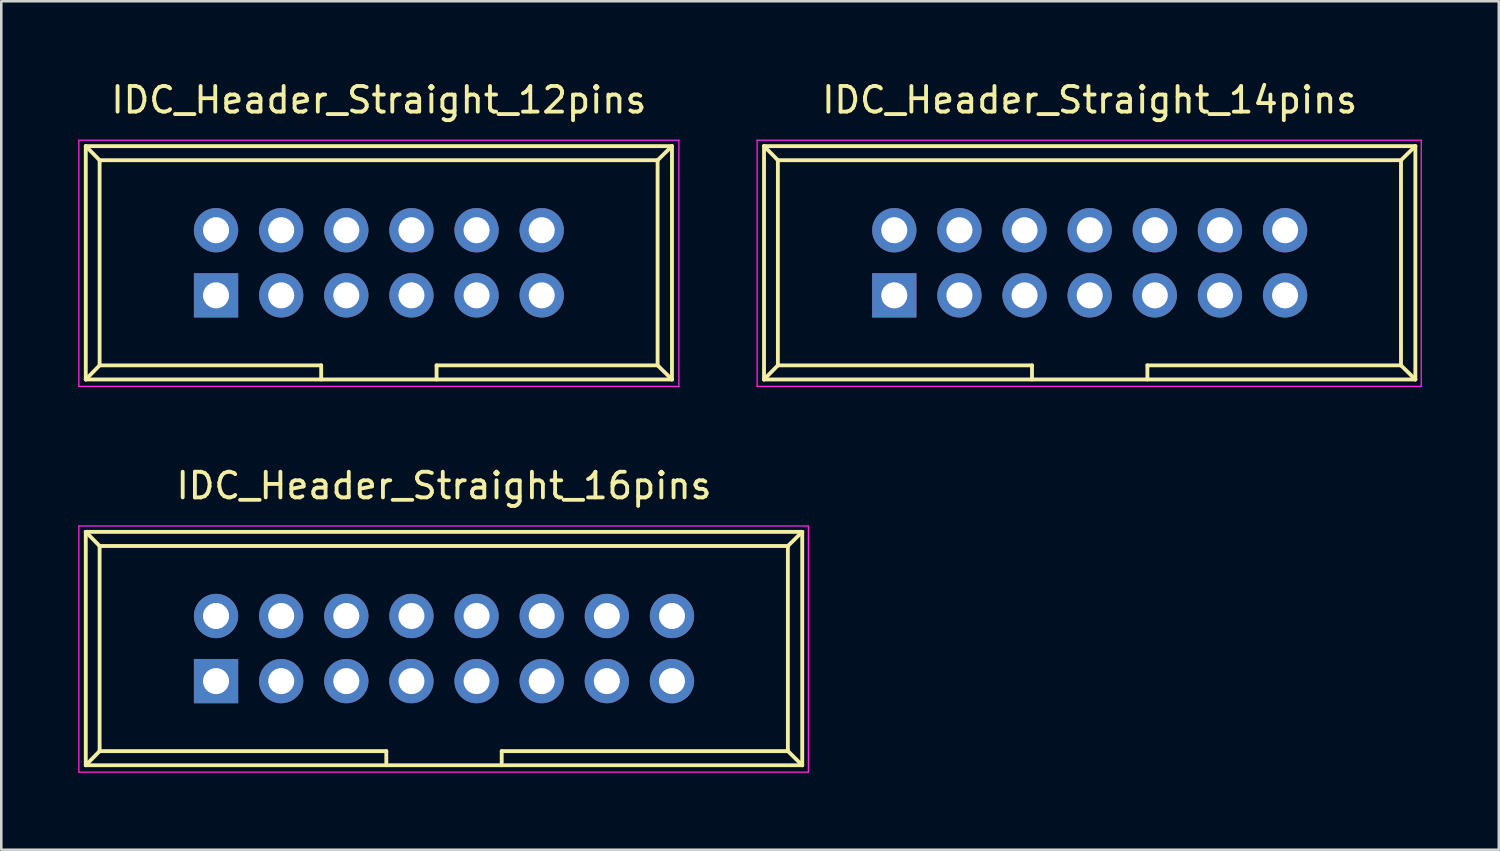
<source format=kicad_pcb>
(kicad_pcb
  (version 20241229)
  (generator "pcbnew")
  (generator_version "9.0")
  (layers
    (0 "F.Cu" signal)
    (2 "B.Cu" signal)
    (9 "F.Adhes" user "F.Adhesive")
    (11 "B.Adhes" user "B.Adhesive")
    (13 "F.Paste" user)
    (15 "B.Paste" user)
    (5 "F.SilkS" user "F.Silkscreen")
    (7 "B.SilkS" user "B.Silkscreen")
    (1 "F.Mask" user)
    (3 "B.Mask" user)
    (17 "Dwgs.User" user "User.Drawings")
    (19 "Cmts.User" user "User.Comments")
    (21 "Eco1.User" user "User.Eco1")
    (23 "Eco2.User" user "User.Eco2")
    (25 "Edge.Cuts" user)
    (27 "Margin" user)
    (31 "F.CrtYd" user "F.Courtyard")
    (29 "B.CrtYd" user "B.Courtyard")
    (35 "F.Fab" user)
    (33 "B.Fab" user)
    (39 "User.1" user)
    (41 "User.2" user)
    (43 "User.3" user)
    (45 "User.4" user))
  (footprint "IDC_Header_Straight_14pins"
    (layer "F.Cu")
    (at 31.825 8.468)
    (property "Reference" "IDC_Header_Straight_14pins" (at 7.62 -7.62 0) (layer "F.SilkS") (effects (font (size 1 1) (thickness 0.15))))
    (attr through_hole)
    (fp_line (start -5.08 -5.82) (end -5.08 3.28) (stroke (width 0.15) (type solid)) (layer "F.SilkS"))
    (fp_line (start -5.08 -5.82) (end -4.54 -5.27) (stroke (width 0.15) (type solid)) (layer "F.SilkS"))
    (fp_line (start -5.08 -5.82) (end 20.32 -5.82) (stroke (width 0.15) (type solid)) (layer "F.SilkS"))
    (fp_line (start -5.08 3.28) (end -4.54 2.73) (stroke (width 0.15) (type solid)) (layer "F.SilkS"))
    (fp_line (start -5.08 3.28) (end 20.32 3.28) (stroke (width 0.15) (type solid)) (layer "F.SilkS"))
    (fp_line (start -4.54 -5.27) (end -4.54 2.73) (stroke (width 0.15) (type solid)) (layer "F.SilkS"))
    (fp_line (start -4.54 -5.27) (end 19.76 -5.27) (stroke (width 0.15) (type solid)) (layer "F.SilkS"))
    (fp_line (start -4.54 2.73) (end 5.37 2.73) (stroke (width 0.15) (type solid)) (layer "F.SilkS"))
    (fp_line (start 5.37 2.73) (end 5.37 3.28) (stroke (width 0.15) (type solid)) (layer "F.SilkS"))
    (fp_line (start 9.87 2.73) (end 9.87 3.28) (stroke (width 0.15) (type solid)) (layer "F.SilkS"))
    (fp_line (start 9.87 2.73) (end 19.76 2.73) (stroke (width 0.15) (type solid)) (layer "F.SilkS"))
    (fp_line (start 19.76 -5.27) (end 19.76 2.73) (stroke (width 0.15) (type solid)) (layer "F.SilkS"))
    (fp_line (start 20.32 -5.82) (end 19.76 -5.27) (stroke (width 0.15) (type solid)) (layer "F.SilkS"))
    (fp_line (start 20.32 -5.82) (end 20.32 3.28) (stroke (width 0.15) (type solid)) (layer "F.SilkS"))
    (fp_line (start 20.32 3.28) (end 19.76 2.73) (stroke (width 0.15) (type solid)) (layer "F.SilkS"))
    (fp_line (start -5.35 -6.05) (end 20.55 -6.05) (stroke (width 0.05) (type solid)) (layer "F.CrtYd"))
    (fp_line (start -5.35 3.55) (end -5.35 -6.05) (stroke (width 0.05) (type solid)) (layer "F.CrtYd"))
    (fp_line (start 20.55 -6.05) (end 20.55 3.55) (stroke (width 0.05) (type solid)) (layer "F.CrtYd"))
    (fp_line (start 20.55 3.55) (end -5.35 3.55) (stroke (width 0.05) (type solid)) (layer "F.CrtYd"))
    (pad "1" thru_hole rect (at 0 0) (size 1.727 1.727) (drill 1.016) (layers "*.Cu" "*.Mask"))
    (pad "2" thru_hole oval (at 0 -2.54) (size 1.727 1.727) (drill 1.016) (layers "*.Cu" "*.Mask"))
    (pad "3" thru_hole oval (at 2.54 0) (size 1.727 1.727) (drill 1.016) (layers "*.Cu" "*.Mask"))
    (pad "4" thru_hole oval (at 2.54 -2.54) (size 1.727 1.727) (drill 1.016) (layers "*.Cu" "*.Mask"))
    (pad "5" thru_hole oval (at 5.08 0) (size 1.727 1.727) (drill 1.016) (layers "*.Cu" "*.Mask"))
    (pad "6" thru_hole oval (at 5.08 -2.54) (size 1.727 1.727) (drill 1.016) (layers "*.Cu" "*.Mask"))
    (pad "7" thru_hole oval (at 7.62 0) (size 1.727 1.727) (drill 1.016) (layers "*.Cu" "*.Mask"))
    (pad "8" thru_hole oval (at 7.62 -2.54) (size 1.727 1.727) (drill 1.016) (layers "*.Cu" "*.Mask"))
    (pad "9" thru_hole oval (at 10.16 0) (size 1.727 1.727) (drill 1.016) (layers "*.Cu" "*.Mask"))
    (pad "10" thru_hole oval (at 10.16 -2.54) (size 1.727 1.727) (drill 1.016) (layers "*.Cu" "*.Mask"))
    (pad "11" thru_hole oval (at 12.7 0) (size 1.727 1.727) (drill 1.016) (layers "*.Cu" "*.Mask"))
    (pad "12" thru_hole oval (at 12.7 -2.54) (size 1.727 1.727) (drill 1.016) (layers "*.Cu" "*.Mask"))
    (pad "13" thru_hole oval (at 15.24 0) (size 1.727 1.727) (drill 1.016) (layers "*.Cu" "*.Mask"))
    (pad "14" thru_hole oval (at 15.24 -2.54) (size 1.727 1.727) (drill 1.016) (layers "*.Cu" "*.Mask")))
  (footprint "IDC_Header_Straight_16pins"
    (layer "F.Cu")
    (at 5.375 23.512)
    (property "Reference" "IDC_Header_Straight_16pins" (at 8.89 -7.62 0) (layer "F.SilkS") (effects (font (size 1 1) (thickness 0.15))))
    (attr through_hole)
    (fp_line (start -5.08 -5.82) (end -5.08 3.28) (stroke (width 0.15) (type solid)) (layer "F.SilkS"))
    (fp_line (start -5.08 -5.82) (end -4.54 -5.27) (stroke (width 0.15) (type solid)) (layer "F.SilkS"))
    (fp_line (start -5.08 -5.82) (end 22.86 -5.82) (stroke (width 0.15) (type solid)) (layer "F.SilkS"))
    (fp_line (start -5.08 3.28) (end -4.54 2.73) (stroke (width 0.15) (type solid)) (layer "F.SilkS"))
    (fp_line (start -5.08 3.28) (end 22.86 3.28) (stroke (width 0.15) (type solid)) (layer "F.SilkS"))
    (fp_line (start -4.54 -5.27) (end -4.54 2.73) (stroke (width 0.15) (type solid)) (layer "F.SilkS"))
    (fp_line (start -4.54 -5.27) (end 22.3 -5.27) (stroke (width 0.15) (type solid)) (layer "F.SilkS"))
    (fp_line (start -4.54 2.73) (end 6.64 2.73) (stroke (width 0.15) (type solid)) (layer "F.SilkS"))
    (fp_line (start 6.64 2.73) (end 6.64 3.28) (stroke (width 0.15) (type solid)) (layer "F.SilkS"))
    (fp_line (start 11.14 2.73) (end 11.14 3.28) (stroke (width 0.15) (type solid)) (layer "F.SilkS"))
    (fp_line (start 11.14 2.73) (end 22.3 2.73) (stroke (width 0.15) (type solid)) (layer "F.SilkS"))
    (fp_line (start 22.3 -5.27) (end 22.3 2.73) (stroke (width 0.15) (type solid)) (layer "F.SilkS"))
    (fp_line (start 22.86 -5.82) (end 22.3 -5.27) (stroke (width 0.15) (type solid)) (layer "F.SilkS"))
    (fp_line (start 22.86 -5.82) (end 22.86 3.28) (stroke (width 0.15) (type solid)) (layer "F.SilkS"))
    (fp_line (start 22.86 3.28) (end 22.3 2.73) (stroke (width 0.15) (type solid)) (layer "F.SilkS"))
    (fp_line (start -5.35 -6.05) (end 23.1 -6.05) (stroke (width 0.05) (type solid)) (layer "F.CrtYd"))
    (fp_line (start -5.35 3.55) (end -5.35 -6.05) (stroke (width 0.05) (type solid)) (layer "F.CrtYd"))
    (fp_line (start 23.1 -6.05) (end 23.1 3.55) (stroke (width 0.05) (type solid)) (layer "F.CrtYd"))
    (fp_line (start 23.1 3.55) (end -5.35 3.55) (stroke (width 0.05) (type solid)) (layer "F.CrtYd"))
    (pad "1" thru_hole rect (at 0 0) (size 1.727 1.727) (drill 1.016) (layers "*.Cu" "*.Mask"))
    (pad "2" thru_hole oval (at 0 -2.54) (size 1.727 1.727) (drill 1.016) (layers "*.Cu" "*.Mask"))
    (pad "3" thru_hole oval (at 2.54 0) (size 1.727 1.727) (drill 1.016) (layers "*.Cu" "*.Mask"))
    (pad "4" thru_hole oval (at 2.54 -2.54) (size 1.727 1.727) (drill 1.016) (layers "*.Cu" "*.Mask"))
    (pad "5" thru_hole oval (at 5.08 0) (size 1.727 1.727) (drill 1.016) (layers "*.Cu" "*.Mask"))
    (pad "6" thru_hole oval (at 5.08 -2.54) (size 1.727 1.727) (drill 1.016) (layers "*.Cu" "*.Mask"))
    (pad "7" thru_hole oval (at 7.62 0) (size 1.727 1.727) (drill 1.016) (layers "*.Cu" "*.Mask"))
    (pad "8" thru_hole oval (at 7.62 -2.54) (size 1.727 1.727) (drill 1.016) (layers "*.Cu" "*.Mask"))
    (pad "9" thru_hole oval (at 10.16 0) (size 1.727 1.727) (drill 1.016) (layers "*.Cu" "*.Mask"))
    (pad "10" thru_hole oval (at 10.16 -2.54) (size 1.727 1.727) (drill 1.016) (layers "*.Cu" "*.Mask"))
    (pad "11" thru_hole oval (at 12.7 0) (size 1.727 1.727) (drill 1.016) (layers "*.Cu" "*.Mask"))
    (pad "12" thru_hole oval (at 12.7 -2.54) (size 1.727 1.727) (drill 1.016) (layers "*.Cu" "*.Mask"))
    (pad "13" thru_hole oval (at 15.24 0) (size 1.727 1.727) (drill 1.016) (layers "*.Cu" "*.Mask"))
    (pad "14" thru_hole oval (at 15.24 -2.54) (size 1.727 1.727) (drill 1.016) (layers "*.Cu" "*.Mask"))
    (pad "15" thru_hole oval (at 17.78 0) (size 1.727 1.727) (drill 1.016) (layers "*.Cu" "*.Mask"))
    (pad "16" thru_hole oval (at 17.78 -2.54) (size 1.727 1.727) (drill 1.016) (layers "*.Cu" "*.Mask")))
  (footprint "IDC_Header_Straight_12pins"
    (layer "F.Cu")
    (at 5.375 8.468)
    (property "Reference" "IDC_Header_Straight_12pins" (at 6.35 -7.62 0) (layer "F.SilkS") (effects (font (size 1 1) (thickness 0.15))))
    (attr through_hole)
    (fp_line (start -5.08 -5.82) (end -5.08 3.28) (stroke (width 0.15) (type solid)) (layer "F.SilkS"))
    (fp_line (start -5.08 -5.82) (end -4.54 -5.27) (stroke (width 0.15) (type solid)) (layer "F.SilkS"))
    (fp_line (start -5.08 -5.82) (end 17.78 -5.82) (stroke (width 0.15) (type solid)) (layer "F.SilkS"))
    (fp_line (start -5.08 3.28) (end -4.54 2.73) (stroke (width 0.15) (type solid)) (layer "F.SilkS"))
    (fp_line (start -5.08 3.28) (end 17.78 3.28) (stroke (width 0.15) (type solid)) (layer "F.SilkS"))
    (fp_line (start -4.54 -5.27) (end -4.54 2.73) (stroke (width 0.15) (type solid)) (layer "F.SilkS"))
    (fp_line (start -4.54 -5.27) (end 17.22 -5.27) (stroke (width 0.15) (type solid)) (layer "F.SilkS"))
    (fp_line (start -4.54 2.73) (end 4.1 2.73) (stroke (width 0.15) (type solid)) (layer "F.SilkS"))
    (fp_line (start 4.1 2.73) (end 4.1 3.28) (stroke (width 0.15) (type solid)) (layer "F.SilkS"))
    (fp_line (start 8.6 2.73) (end 8.6 3.28) (stroke (width 0.15) (type solid)) (layer "F.SilkS"))
    (fp_line (start 8.6 2.73) (end 17.22 2.73) (stroke (width 0.15) (type solid)) (layer "F.SilkS"))
    (fp_line (start 17.22 -5.27) (end 17.22 2.73) (stroke (width 0.15) (type solid)) (layer "F.SilkS"))
    (fp_line (start 17.78 -5.82) (end 17.22 -5.27) (stroke (width 0.15) (type solid)) (layer "F.SilkS"))
    (fp_line (start 17.78 -5.82) (end 17.78 3.28) (stroke (width 0.15) (type solid)) (layer "F.SilkS"))
    (fp_line (start 17.78 3.28) (end 17.22 2.73) (stroke (width 0.15) (type solid)) (layer "F.SilkS"))
    (fp_line (start -5.35 -6.05) (end 18.05 -6.05) (stroke (width 0.05) (type solid)) (layer "F.CrtYd"))
    (fp_line (start -5.35 3.55) (end -5.35 -6.05) (stroke (width 0.05) (type solid)) (layer "F.CrtYd"))
    (fp_line (start 18.05 -6.05) (end 18.05 3.55) (stroke (width 0.05) (type solid)) (layer "F.CrtYd"))
    (fp_line (start 18.05 3.55) (end -5.35 3.55) (stroke (width 0.05) (type solid)) (layer "F.CrtYd"))
    (pad "1" thru_hole rect (at 0 0) (size 1.727 1.727) (drill 1.016) (layers "*.Cu" "*.Mask"))
    (pad "2" thru_hole oval (at 0 -2.54) (size 1.727 1.727) (drill 1.016) (layers "*.Cu" "*.Mask"))
    (pad "3" thru_hole oval (at 2.54 0) (size 1.727 1.727) (drill 1.016) (layers "*.Cu" "*.Mask"))
    (pad "4" thru_hole oval (at 2.54 -2.54) (size 1.727 1.727) (drill 1.016) (layers "*.Cu" "*.Mask"))
    (pad "5" thru_hole oval (at 5.08 0) (size 1.727 1.727) (drill 1.016) (layers "*.Cu" "*.Mask"))
    (pad "6" thru_hole oval (at 5.08 -2.54) (size 1.727 1.727) (drill 1.016) (layers "*.Cu" "*.Mask"))
    (pad "7" thru_hole oval (at 7.62 0) (size 1.727 1.727) (drill 1.016) (layers "*.Cu" "*.Mask"))
    (pad "8" thru_hole oval (at 7.62 -2.54) (size 1.727 1.727) (drill 1.016) (layers "*.Cu" "*.Mask"))
    (pad "9" thru_hole oval (at 10.16 0) (size 1.727 1.727) (drill 1.016) (layers "*.Cu" "*.Mask"))
    (pad "10" thru_hole oval (at 10.16 -2.54) (size 1.727 1.727) (drill 1.016) (layers "*.Cu" "*.Mask"))
    (pad "11" thru_hole oval (at 12.7 0) (size 1.727 1.727) (drill 1.016) (layers "*.Cu" "*.Mask"))
    (pad "12" thru_hole oval (at 12.7 -2.54) (size 1.727 1.727) (drill 1.016) (layers "*.Cu" "*.Mask")))
  (gr_rect
    (start -3 -3)
    (end 55.4 30.087)
    (stroke (width 0.1) (type default))
    (fill no)
    (layer "Edge.Cuts")))
</source>
